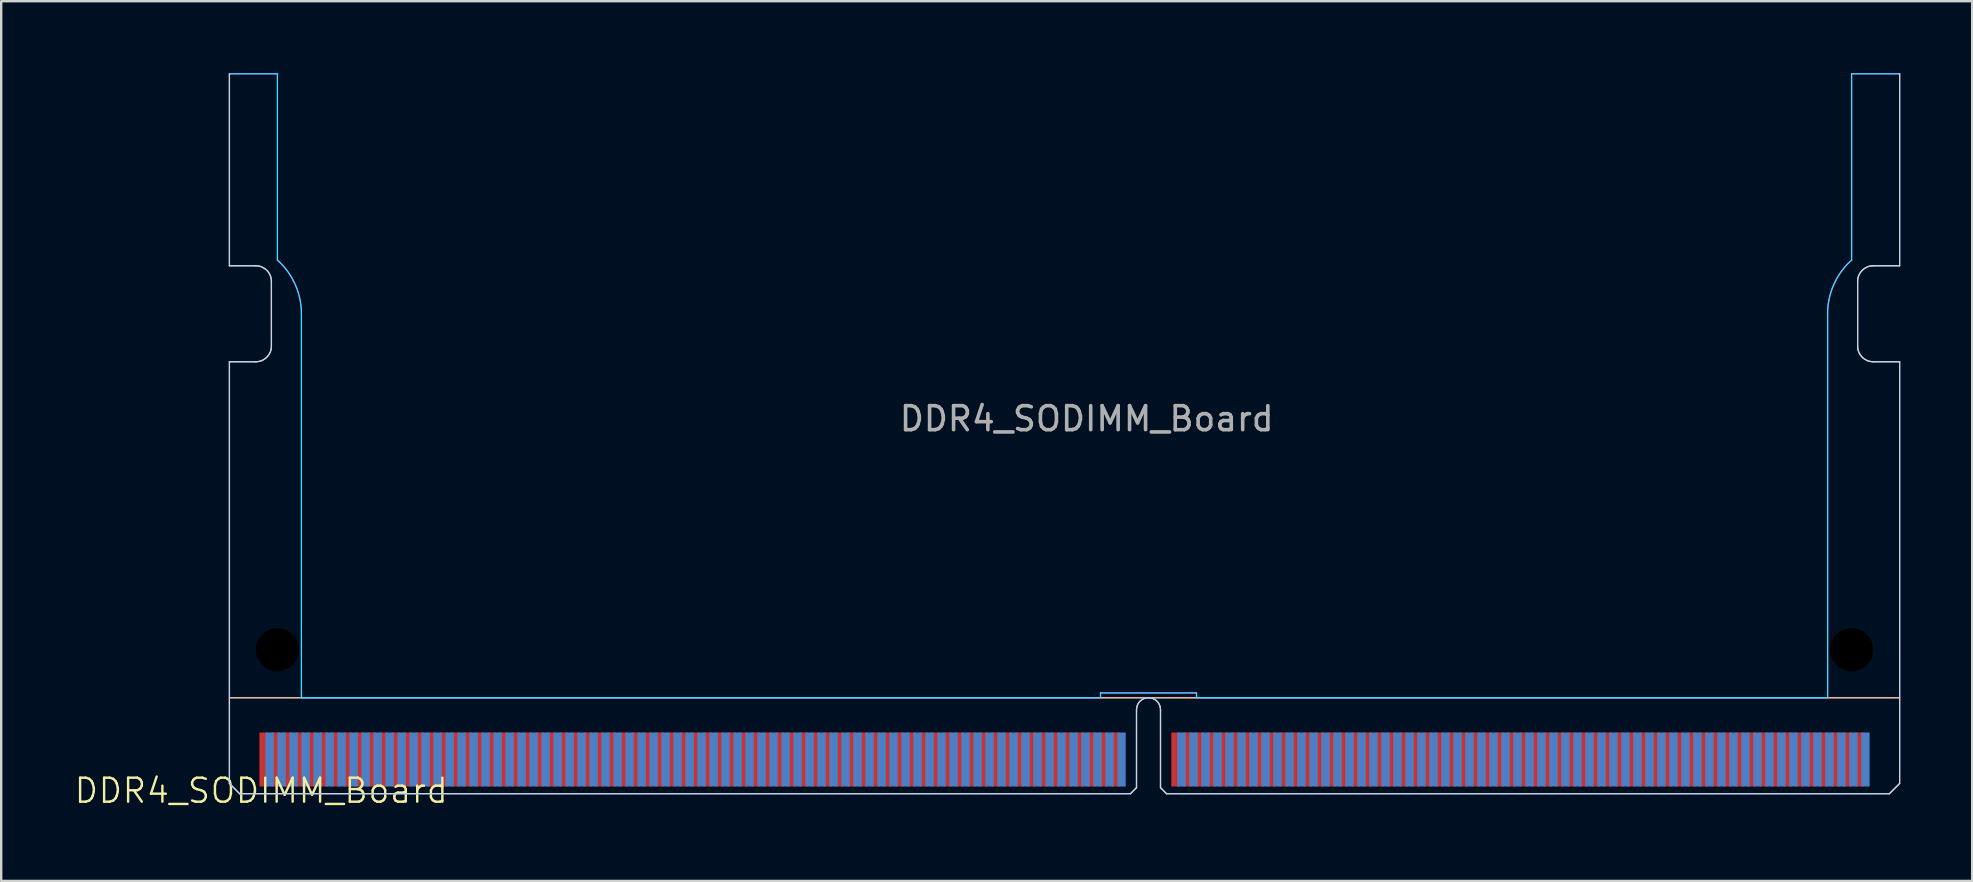
<source format=kicad_pcb>
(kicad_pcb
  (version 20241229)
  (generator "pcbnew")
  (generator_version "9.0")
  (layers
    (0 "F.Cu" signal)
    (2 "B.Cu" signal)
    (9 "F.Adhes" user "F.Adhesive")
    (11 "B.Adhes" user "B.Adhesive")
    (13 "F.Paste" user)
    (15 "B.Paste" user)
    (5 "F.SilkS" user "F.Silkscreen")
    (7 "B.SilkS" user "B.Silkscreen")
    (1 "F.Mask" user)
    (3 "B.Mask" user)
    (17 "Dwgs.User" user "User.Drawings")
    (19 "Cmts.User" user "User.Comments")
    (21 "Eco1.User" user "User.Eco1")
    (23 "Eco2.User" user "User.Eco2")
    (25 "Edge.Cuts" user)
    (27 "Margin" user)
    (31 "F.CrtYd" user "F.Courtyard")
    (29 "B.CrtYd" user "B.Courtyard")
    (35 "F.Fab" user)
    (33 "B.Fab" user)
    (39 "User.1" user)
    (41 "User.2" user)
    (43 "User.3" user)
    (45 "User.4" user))
  (footprint "DDR4_SODIMM_Board"
    (layer "F.Cu")
    (at 7.936 28.6)
    (property "Reference" "DDR4_SODIMM_Board" (at -0.1 1.3 0) (unlocked yes) (layer "F.SilkS") (effects (font (size 1 1) (thickness 0.1))))
    (attr smd)
    (private_layers "User.2" "User.3" "User.4")
    (fp_rect (start -1.425 -1.125) (end 68.175 1.425) (stroke (width 0) (type default)) (fill yes) (layer "F.Mask"))
    (fp_rect (start -1.425 -1.125) (end 68.175 1.425) (stroke (width 0) (type default)) (fill yes) (layer "B.Mask"))
    (fp_line (start -1.425 -2.575) (end 68.175 -2.575) (stroke (width 0.05) (type default)) (layer "F.SilkS"))
    (fp_line (start -1.425 -2.575) (end 68.175 -2.575) (stroke (width 0.05) (type default)) (layer "B.SilkS"))
    (fp_line (start -1.425 -20.575) (end -1.425 -28.575) (stroke (width 0.05) (type default)) (layer "Edge.Cuts"))
    (fp_line (start -1.425 -16.575) (end -0.325 -16.575) (stroke (width 0.05) (type default)) (layer "Edge.Cuts"))
    (fp_line (start -1.425 1.001) (end -1.425 -16.575) (stroke (width 0.05) (type default)) (layer "Edge.Cuts"))
    (fp_line (start -1.425 1.001) (end -1.001 1.425) (stroke (width 0.05) (type default)) (layer "Edge.Cuts"))
    (fp_line (start -1.001 1.425) (end 36.125 1.425) (stroke (width 0.05) (type default)) (layer "Edge.Cuts"))
    (fp_line (start -0.325 -20.575) (end -1.425 -20.575) (stroke (width 0.05) (type default)) (layer "Edge.Cuts"))
    (fp_line (start 0.325 -17.225) (end 0.325 -19.925) (stroke (width 0.05) (type default)) (layer "Edge.Cuts"))
    (fp_line (start 36.125 1.425) (end 36.375 1.175) (stroke (width 0.05) (type default)) (layer "Edge.Cuts"))
    (fp_line (start 36.375 1.175) (end 36.375 -2.075) (stroke (width 0.05) (type default)) (layer "Edge.Cuts"))
    (fp_line (start 37.375 -2.075) (end 37.375 1.175) (stroke (width 0.05) (type default)) (layer "Edge.Cuts"))
    (fp_line (start 37.375 1.175) (end 37.625 1.425) (stroke (width 0.05) (type default)) (layer "Edge.Cuts"))
    (fp_line (start 37.625 1.425) (end 67.751 1.425) (stroke (width 0.05) (type default)) (layer "Edge.Cuts"))
    (fp_line (start 66.425 -17.225) (end 66.425 -19.925) (stroke (width 0.05) (type default)) (layer "Edge.Cuts"))
    (fp_line (start 67.075 -20.575) (end 68.175 -20.575) (stroke (width 0.05) (type default)) (layer "Edge.Cuts"))
    (fp_line (start 68.175 -20.575) (end 68.175 -28.575) (stroke (width 0.05) (type default)) (layer "Edge.Cuts"))
    (fp_line (start 68.175 -16.575) (end 67.075 -16.575) (stroke (width 0.05) (type default)) (layer "Edge.Cuts"))
    (fp_line (start 68.175 1.001) (end 67.751 1.425) (stroke (width 0.05) (type default)) (layer "Edge.Cuts"))
    (fp_line (start 68.175 1.001) (end 68.175 -16.575) (stroke (width 0.05) (type default)) (layer "Edge.Cuts"))
    (fp_arc (start -0.325 -20.575) (mid 0.134619 -20.384619) (end 0.325 -19.925) (stroke (width 0.05) (type default)) (layer "Edge.Cuts"))
    (fp_arc (start 0.325 -17.225) (mid 0.134619 -16.765381) (end -0.325 -16.575) (stroke (width 0.05) (type default)) (layer "Edge.Cuts"))
    (fp_arc (start 36.375 -2.075) (mid 36.875 -2.575) (end 37.375 -2.075) (stroke (width 0.05) (type default)) (layer "Edge.Cuts"))
    (fp_arc (start 66.425 -19.925) (mid 66.615381 -20.384619) (end 67.075 -20.575) (stroke (width 0.05) (type default)) (layer "Edge.Cuts"))
    (fp_arc (start 67.075 -16.575) (mid 66.615381 -16.765381) (end 66.425 -17.225) (stroke (width 0.05) (type default)) (layer "Edge.Cuts"))
    (fp_line (start -1.425 -20.575) (end -1.425 -28.575) (stroke (width 0.05) (type default)) (layer "B.CrtYd"))
    (fp_line (start -1.425 -16.575) (end -0.325 -16.575) (stroke (width 0.05) (type default)) (layer "B.CrtYd"))
    (fp_line (start -1.425 1.001) (end -1.425 -16.575) (stroke (width 0.05) (type default)) (layer "B.CrtYd"))
    (fp_line (start -1.425 1.001) (end -1.001 1.425) (stroke (width 0.05) (type default)) (layer "B.CrtYd"))
    (fp_line (start -1.001 1.425) (end 36.125 1.425) (stroke (width 0.05) (type default)) (layer "B.CrtYd"))
    (fp_line (start -0.325 -20.575) (end -1.425 -20.575) (stroke (width 0.05) (type default)) (layer "B.CrtYd"))
    (fp_line (start 0.325 -17.225) (end 0.325 -19.925) (stroke (width 0.05) (type default)) (layer "B.CrtYd"))
    (fp_line (start 0.575 -28.575) (end -1.425 -28.575) (stroke (width 0.05) (type default)) (layer "B.CrtYd"))
    (fp_line (start 0.575 -20.811) (end 0.575 -28.575) (stroke (width 0.05) (type default)) (layer "B.CrtYd"))
    (fp_line (start 1.575 -2.575) (end 1.575 -18.575) (stroke (width 0.05) (type default)) (layer "B.CrtYd"))
    (fp_line (start 1.575 -2.575) (end 34.875 -2.575) (stroke (width 0.05) (type default)) (layer "B.CrtYd"))
    (fp_line (start 34.875 -2.775) (end 38.875 -2.775) (stroke (width 0.05) (type default)) (layer "B.CrtYd"))
    (fp_line (start 34.875 -2.575) (end 34.875 -2.775) (stroke (width 0.05) (type default)) (layer "B.CrtYd"))
    (fp_line (start 36.125 1.425) (end 36.375 1.175) (stroke (width 0.05) (type default)) (layer "B.CrtYd"))
    (fp_line (start 36.375 1.175) (end 36.375 -2.075) (stroke (width 0.05) (type default)) (layer "B.CrtYd"))
    (fp_line (start 37.375 -2.075) (end 37.375 1.175) (stroke (width 0.05) (type default)) (layer "B.CrtYd"))
    (fp_line (start 37.375 1.175) (end 37.625 1.425) (stroke (width 0.05) (type default)) (layer "B.CrtYd"))
    (fp_line (start 37.625 1.425) (end 67.751 1.425) (stroke (width 0.05) (type default)) (layer "B.CrtYd"))
    (fp_line (start 38.875 -2.775) (end 38.875 -2.575) (stroke (width 0.05) (type default)) (layer "B.CrtYd"))
    (fp_line (start 38.875 -2.575) (end 65.175 -2.575) (stroke (width 0.05) (type default)) (layer "B.CrtYd"))
    (fp_line (start 65.175 -2.575) (end 65.175 -18.575) (stroke (width 0.05) (type default)) (layer "B.CrtYd"))
    (fp_line (start 66.175 -28.575) (end 68.175 -28.575) (stroke (width 0.05) (type default)) (layer "B.CrtYd"))
    (fp_line (start 66.175 -20.811) (end 66.175 -28.575) (stroke (width 0.05) (type default)) (layer "B.CrtYd"))
    (fp_line (start 66.425 -17.225) (end 66.425 -19.925) (stroke (width 0.05) (type default)) (layer "B.CrtYd"))
    (fp_line (start 67.075 -20.575) (end 68.175 -20.575) (stroke (width 0.05) (type default)) (layer "B.CrtYd"))
    (fp_line (start 68.175 -20.575) (end 68.175 -28.575) (stroke (width 0.05) (type default)) (layer "B.CrtYd"))
    (fp_line (start 68.175 -16.575) (end 67.075 -16.575) (stroke (width 0.05) (type default)) (layer "B.CrtYd"))
    (fp_line (start 68.175 1.001) (end 67.751 1.425) (stroke (width 0.05) (type default)) (layer "B.CrtYd"))
    (fp_line (start 68.175 1.001) (end 68.175 -16.575) (stroke (width 0.05) (type default)) (layer "B.CrtYd"))
    (fp_arc (start -0.325 -20.575) (mid 0.134619 -20.384619) (end 0.325 -19.925) (stroke (width 0.05) (type default)) (layer "B.CrtYd"))
    (fp_arc (start 0.325 -17.225) (mid 0.134619 -16.765381) (end -0.325 -16.575) (stroke (width 0.05) (type default)) (layer "B.CrtYd"))
    (fp_arc (start 0.575034 -20.811038) (mid 1.313622 -19.799724) (end 1.575 -18.575) (stroke (width 0.05) (type default)) (layer "B.CrtYd"))
    (fp_arc (start 36.375 -2.075) (mid 36.875 -2.575) (end 37.375 -2.075) (stroke (width 0.05) (type default)) (layer "B.CrtYd"))
    (fp_arc (start 65.175 -18.575) (mid 65.436378 -19.799724) (end 66.174966 -20.811038) (stroke (width 0.05) (type default)) (layer "B.CrtYd"))
    (fp_arc (start 66.425 -19.925) (mid 66.615381 -20.384619) (end 67.075 -20.575) (stroke (width 0.05) (type default)) (layer "B.CrtYd"))
    (fp_arc (start 67.075 -16.575) (mid 66.615381 -16.765381) (end 66.425 -17.225) (stroke (width 0.05) (type default)) (layer "B.CrtYd"))
    (fp_line (start -1.425 -20.575) (end -1.425 -28.575) (stroke (width 0.05) (type default)) (layer "F.CrtYd"))
    (fp_line (start -1.425 -16.575) (end -0.325 -16.575) (stroke (width 0.05) (type default)) (layer "F.CrtYd"))
    (fp_line (start -1.425 1.001) (end -1.425 -16.575) (stroke (width 0.05) (type default)) (layer "F.CrtYd"))
    (fp_line (start -1.425 1.001) (end -1.001 1.425) (stroke (width 0.05) (type default)) (layer "F.CrtYd"))
    (fp_line (start -1.001 1.425) (end 36.125 1.425) (stroke (width 0.05) (type default)) (layer "F.CrtYd"))
    (fp_line (start -0.325 -20.575) (end -1.425 -20.575) (stroke (width 0.05) (type default)) (layer "F.CrtYd"))
    (fp_line (start 0.325 -17.225) (end 0.325 -19.925) (stroke (width 0.05) (type default)) (layer "F.CrtYd"))
    (fp_line (start 0.575 -28.575) (end -1.425 -28.575) (stroke (width 0.05) (type default)) (layer "F.CrtYd"))
    (fp_line (start 0.575 -20.811) (end 0.575 -28.575) (stroke (width 0.05) (type default)) (layer "F.CrtYd"))
    (fp_line (start 1.575 -2.575) (end 1.575 -18.575) (stroke (width 0.05) (type default)) (layer "F.CrtYd"))
    (fp_line (start 1.575 -2.575) (end 34.875 -2.575) (stroke (width 0.05) (type default)) (layer "F.CrtYd"))
    (fp_line (start 34.875 -2.775) (end 38.875 -2.775) (stroke (width 0.05) (type default)) (layer "F.CrtYd"))
    (fp_line (start 34.875 -2.575) (end 34.875 -2.775) (stroke (width 0.05) (type default)) (layer "F.CrtYd"))
    (fp_line (start 36.125 1.425) (end 36.375 1.175) (stroke (width 0.05) (type default)) (layer "F.CrtYd"))
    (fp_line (start 36.375 1.175) (end 36.375 -2.075) (stroke (width 0.05) (type default)) (layer "F.CrtYd"))
    (fp_line (start 37.375 -2.075) (end 37.375 1.175) (stroke (width 0.05) (type default)) (layer "F.CrtYd"))
    (fp_line (start 37.375 1.175) (end 37.625 1.425) (stroke (width 0.05) (type default)) (layer "F.CrtYd"))
    (fp_line (start 37.625 1.425) (end 67.751 1.425) (stroke (width 0.05) (type default)) (layer "F.CrtYd"))
    (fp_line (start 38.875 -2.775) (end 38.875 -2.575) (stroke (width 0.05) (type default)) (layer "F.CrtYd"))
    (fp_line (start 38.875 -2.575) (end 65.175 -2.575) (stroke (width 0.05) (type default)) (layer "F.CrtYd"))
    (fp_line (start 65.175 -2.575) (end 65.175 -18.575) (stroke (width 0.05) (type default)) (layer "F.CrtYd"))
    (fp_line (start 66.175 -28.575) (end 68.175 -28.575) (stroke (width 0.05) (type default)) (layer "F.CrtYd"))
    (fp_line (start 66.175 -20.811) (end 66.175 -28.575) (stroke (width 0.05) (type default)) (layer "F.CrtYd"))
    (fp_line (start 66.425 -17.225) (end 66.425 -19.925) (stroke (width 0.05) (type default)) (layer "F.CrtYd"))
    (fp_line (start 67.075 -20.575) (end 68.175 -20.575) (stroke (width 0.05) (type default)) (layer "F.CrtYd"))
    (fp_line (start 68.175 -20.575) (end 68.175 -28.575) (stroke (width 0.05) (type default)) (layer "F.CrtYd"))
    (fp_line (start 68.175 -16.575) (end 67.075 -16.575) (stroke (width 0.05) (type default)) (layer "F.CrtYd"))
    (fp_line (start 68.175 1.001) (end 67.751 1.425) (stroke (width 0.05) (type default)) (layer "F.CrtYd"))
    (fp_line (start 68.175 1.001) (end 68.175 -16.575) (stroke (width 0.05) (type default)) (layer "F.CrtYd"))
    (fp_arc (start -0.325 -20.575) (mid 0.134619 -20.384619) (end 0.325 -19.925) (stroke (width 0.05) (type default)) (layer "F.CrtYd"))
    (fp_arc (start 0.325 -17.225) (mid 0.134619 -16.765381) (end -0.325 -16.575) (stroke (width 0.05) (type default)) (layer "F.CrtYd"))
    (fp_arc (start 0.575034 -20.811038) (mid 1.313622 -19.799724) (end 1.575 -18.575) (stroke (width 0.05) (type default)) (layer "F.CrtYd"))
    (fp_arc (start 36.375 -2.075) (mid 36.875 -2.575) (end 37.375 -2.075) (stroke (width 0.05) (type default)) (layer "F.CrtYd"))
    (fp_arc (start 65.175 -18.575) (mid 65.436378 -19.799724) (end 66.174966 -20.811038) (stroke (width 0.05) (type default)) (layer "F.CrtYd"))
    (fp_arc (start 66.425 -19.925) (mid 66.615381 -20.384619) (end 67.075 -20.575) (stroke (width 0.05) (type default)) (layer "F.CrtYd"))
    (fp_arc (start 67.075 -16.575) (mid 66.615381 -16.765381) (end 66.425 -17.225) (stroke (width 0.05) (type default)) (layer "F.CrtYd"))
    (fp_text user "${REFERENCE}" (at 34.3 -14.2 0) (unlocked yes) (layer "F.Fab") (effects (font (size 1 1) (thickness 0.15))))
    (dimension (type orthogonal) (layer "User.2") (pts (xy 43.436 28.6) (xy 44.811 26.025)) (height 5.2) (orientation 0) (format (prefix "") (suffix "") (units 3) (units_format 0) (precision 4) (suppress_zeroes yes)) (style (thickness 0.05) (arrow_length 0.2) (text_position_mode 0) (arrow_direction outward) (extension_height 0.586) (extension_offset 0.5) (keep_text_aligned yes)) (gr_text "1.375" (at 44.123 33.44 0) (layer "User.2") (effects (font (size 0.3 0.3) (thickness 0.06) (bold yes)))))
    (dimension (type orthogonal) (layer "User.2") (pts (xy 8.511 23.125) (xy 8.511 24.925)) (height 3.925) (orientation 1) (format (prefix "") (suffix "") (units 3) (units_format 0) (precision 4) (suppress_zeroes yes)) (style (thickness 0.05) (arrow_length 0.2) (text_position_mode 0) (arrow_direction outward) (extension_height 0.586) (extension_offset 0.5) (keep_text_aligned yes)) (gr_text "1.8" (at 12.076 24.025 90) (layer "User.2") (effects (font (size 0.3 0.3) (thickness 0.06) (bold yes)))))
    (dimension (type orthogonal) (layer "User.2") (pts (xy 44.311 26.525) (xy 45.311 26.525)) (height -1.525) (orientation 0) (format (prefix "") (suffix "") (units 3) (units_format 0) (precision 4) (suppress_zeroes yes)) (style (thickness 0.05) (arrow_length 0.2) (text_position_mode 0) (arrow_direction outward) (extension_height 0.586) (extension_offset 0.5) (keep_text_aligned yes)) (gr_text "1" (at 44.811 24.64 0) (layer "User.2") (effects (font (size 0.3 0.3) (thickness 0.06) (bold yes)))))
    (dimension (type orthogonal) (layer "User.2") (pts (xy 76.111 8.025) (xy 76.111 0.025)) (height 3.225) (orientation 1) (format (prefix "") (suffix "") (units 3) (units_format 0) (precision 4) (suppress_zeroes yes)) (style (thickness 0.05) (arrow_length 0.2) (text_position_mode 0) (arrow_direction outward) (extension_height 0.586) (extension_offset 0.5) (keep_text_aligned yes)) (gr_text "8" (at 78.976 4.025 90) (layer "User.2") (effects (font (size 0.3 0.3) (thickness 0.06) (bold yes)))))
    (dimension (type orthogonal) (layer "User.2") (pts (xy 7.936 28.6) (xy 43.436 28.6)) (height 5.2) (orientation 0) (format (prefix "") (suffix "") (units 3) (units_format 0) (precision 4) (suppress_zeroes yes)) (style (thickness 0.05) (arrow_length 0.2) (text_position_mode 0) (arrow_direction outward) (extension_height 0.586) (extension_offset 0.5) (keep_text_aligned yes)) (gr_text "35.5" (at 25.686 33.44 0) (layer "User.2") (effects (font (size 0.3 0.3) (thickness 0.06) (bold yes)))))
    (dimension (type orthogonal) (layer "User.2") (pts (xy 6.511 8.025) (xy 8.261 8.675)) (height -9.025) (orientation 0) (format (prefix "") (suffix "") (units 3) (units_format 0) (precision 4) (suppress_zeroes yes)) (style (thickness 0.05) (arrow_length 0.2) (text_position_mode 0) (arrow_direction outward) (extension_height 0.586) (extension_offset 0.5) (keep_text_aligned yes)) (gr_text "1.75" (at 7.386 -1.36 0) (layer "User.2") (effects (font (size 0.3 0.3) (thickness 0.06) (bold yes)))))
    (dimension (type orthogonal) (layer "User.2") (pts (xy 7.761 29.725) (xy 6.935 30.025)) (height -2.225) (orientation 1) (format (prefix "") (suffix "") (units 3) (units_format 0) (precision 4) (suppress_zeroes yes)) (style (thickness 0.05) (arrow_length 0.2) (text_position_mode 2) (arrow_direction outward) (extension_height 0.586) (extension_offset 0.5) (keep_text_aligned yes)) (gr_text "0.3" (at 4.636 29.875 90) (layer "User.2") (effects (font (size 0.3 0.3) (thickness 0.06) (bold yes)))))
    (dimension (type orthogonal) (layer "User.2") (pts (xy 76.111 8.025) (xy 74.361 8.675)) (height -11.025) (orientation 0) (format (prefix "") (suffix "") (units 3) (units_format 0) (precision 4) (suppress_zeroes yes)) (style (thickness 0.05) (arrow_length 0.2) (text_position_mode 0) (arrow_direction outward) (extension_height 0.586) (extension_offset 0.5) (keep_text_aligned yes)) (gr_text "1.75" (at 75.236 -3.36 0) (layer "User.2") (effects (font (size 0.3 0.3) (thickness 0.06) (bold yes)))))
    (dimension (type orthogonal) (layer "User.2") (pts (xy 8.511 23.125) (xy 6.511 29.601)) (height -2.425) (orientation 0) (format (prefix "") (suffix "") (units 3) (units_format 0) (precision 4) (suppress_zeroes yes)) (style (thickness 0.05) (arrow_length 0.2) (text_position_mode 0) (arrow_direction outward) (extension_height 0.586) (extension_offset 0.5) (keep_text_aligned yes)) (gr_text "2" (at 7.511 20.34 0) (layer "User.2") (effects (font (size 0.3 0.3) (thickness 0.06) (bold yes)))))
    (dimension (type orthogonal) (layer "User.2") (pts (xy 8.186 28.6) (xy 6.511 29.601)) (height -2.2) (orientation 0) (format (prefix "") (suffix "") (units 3) (units_format 0) (precision 4) (suppress_zeroes yes)) (style (thickness 0.05) (arrow_length 0.2) (text_position_mode 0) (arrow_direction outward) (extension_height 0.586) (extension_offset 0.5) (keep_text_aligned yes)) (gr_text "1.675" (at 7.348 26.04 0) (layer "User.2") (effects (font (size 0.3 0.3) (thickness 0.06) (bold yes)))))
    (dimension (type orthogonal) (layer "User.2") (pts (xy 6.511 12.025) (xy 6.511 8.025)) (height -2.875) (orientation 1) (format (prefix "") (suffix "") (units 3) (units_format 0) (precision 4) (suppress_zeroes yes)) (style (thickness 0.05) (arrow_length 0.2) (text_position_mode 0) (arrow_direction outward) (extension_height 0.586) (extension_offset 0.5) (keep_text_aligned yes)) (gr_text "4" (at 3.276 10.025 90) (layer "User.2") (effects (font (size 0.3 0.3) (thickness 0.06) (bold yes)))))
    (dimension (type orthogonal) (layer "User.2") (pts (xy 7.936 28.6) (xy 6.511 29.601)) (height 5.2) (orientation 0) (format (prefix "") (suffix "") (units 3) (units_format 0) (precision 4) (suppress_zeroes yes)) (style (thickness 0.05) (arrow_length 0.2) (text_position_mode 0) (arrow_direction outward) (extension_height 0.586) (extension_offset 0.5) (keep_text_aligned yes)) (gr_text "1.425" (at 7.223 33.44 0) (layer "User.2") (effects (font (size 0.3 0.3) (thickness 0.06) (bold yes)))))
    (dimension (type orthogonal) (layer "User.2") (pts (xy 76.111 12.025) (xy 76.111 8.025)) (height 3.225) (orientation 1) (format (prefix "") (suffix "") (units 3) (units_format 0) (precision 4) (suppress_zeroes yes)) (style (thickness 0.05) (arrow_length 0.2) (text_position_mode 0) (arrow_direction outward) (extension_height 0.586) (extension_offset 0.5) (keep_text_aligned yes)) (gr_text "4" (at 78.976 10.025 90) (layer "User.2") (effects (font (size 0.3 0.3) (thickness 0.06) (bold yes)))))
    (dimension (type orthogonal) (layer "User.2") (pts (xy 74.111 23.125) (xy 76.111 29.601)) (height -3.225) (orientation 0) (format (prefix "") (suffix "") (units 3) (units_format 0) (precision 4) (suppress_zeroes yes)) (style (thickness 0.05) (arrow_length 0.2) (text_position_mode 0) (arrow_direction outward) (extension_height 0.586) (extension_offset 0.5) (keep_text_aligned yes)) (gr_text "2" (at 75.111 19.54 0) (layer "User.2") (effects (font (size 0.3 0.3) (thickness 0.06) (bold yes)))))
    (dimension (type orthogonal) (layer "User.2") (pts (xy 74.686 28.6) (xy 76.111 29.601)) (height -1.9) (orientation 0) (format (prefix "") (suffix "") (units 3) (units_format 0) (precision 4) (suppress_zeroes yes)) (style (thickness 0.05) (arrow_length 0.2) (text_position_mode 0) (arrow_direction outward) (extension_height 0.586) (extension_offset 0.5) (keep_text_aligned yes)) (gr_text "1.425" (at 75.398 26.34 0) (layer "User.2") (effects (font (size 0.3 0.3) (thickness 0.06) (bold yes)))))
    (dimension (type orthogonal) (layer "User.2") (pts (xy 74.111 23.125) (xy 74.111 24.925)) (height -2.675) (orientation 1) (format (prefix "") (suffix "") (units 3) (units_format 0) (precision 4) (suppress_zeroes yes)) (style (thickness 0.05) (arrow_length 0.2) (text_position_mode 0) (arrow_direction outward) (extension_height 0.586) (extension_offset 0.5) (keep_text_aligned yes)) (gr_text "1.8" (at 71.076 24.025 90) (layer "User.2") (effects (font (size 0.3 0.3) (thickness 0.06) (bold yes)))))
    (dimension (type orthogonal) (layer "User.2") (pts (xy 44.811 26.025) (xy 45.936 28.6)) (height 7.775) (orientation 0) (format (prefix "") (suffix "") (units 3) (units_format 0) (precision 4) (suppress_zeroes yes)) (style (thickness 0.05) (arrow_length 0.2) (text_position_mode 0) (arrow_direction outward) (extension_height 0.586) (extension_offset 0.5) (keep_text_aligned yes)) (gr_text "1.125" (at 45.373 33.44 0) (layer "User.2") (effects (font (size 0.3 0.3) (thickness 0.06) (bold yes)))))
    (dimension (type orthogonal) (layer "User.2") (pts (xy 7.936 28.6) (xy 8.436 28.6)) (height 3.6) (orientation 0) (format (prefix "") (suffix "") (units 3) (units_format 0) (precision 4) (suppress_zeroes yes)) (style (thickness 0.05) (arrow_length 0.2) (text_position_mode 2) (arrow_direction outward) (extension_height 0.586) (extension_offset 0.5) (keep_text_aligned yes)) (gr_text "0.5" (at 8.136 33.1 0) (layer "User.2") (effects (font (size 0.3 0.3) (thickness 0.06) (bold yes)))))
    (dimension (type orthogonal) (layer "User.2") (pts (xy 75.687 30.025) (xy 76.111 12.025)) (height 3.649) (orientation 1) (format (prefix "") (suffix "") (units 3) (units_format 0) (precision 4) (suppress_zeroes yes)) (style (thickness 0.05) (arrow_length 0.2) (text_position_mode 0) (arrow_direction outward) (extension_height 0.586) (extension_offset 0.5) (keep_text_aligned yes)) (gr_text "18" (at 78.976 21.025 90) (layer "User.2") (effects (font (size 0.3 0.3) (thickness 0.06) (bold yes)))))
    (dimension (type orthogonal) (layer "User.2") (pts (xy 45.936 28.6) (xy 74.436 28.6)) (height 5.2) (orientation 0) (format (prefix "") (suffix "") (units 3) (units_format 0) (precision 4) (suppress_zeroes yes)) (style (thickness 0.05) (arrow_length 0.2) (text_position_mode 0) (arrow_direction outward) (extension_height 0.586) (extension_offset 0.5) (keep_text_aligned yes)) (gr_text "28.5" (at 60.186 33.44 0) (layer "User.2") (effects (font (size 0.3 0.3) (thickness 0.06) (bold yes)))))
    (dimension (type orthogonal) (layer "User.2") (pts (xy 74.436 28.6) (xy 76.111 29.601)) (height 5.2) (orientation 0) (format (prefix "") (suffix "") (units 3) (units_format 0) (precision 4) (suppress_zeroes yes)) (style (thickness 0.05) (arrow_length 0.2) (text_position_mode 0) (arrow_direction outward) (extension_height 0.586) (extension_offset 0.5) (keep_text_aligned yes)) (gr_text "1.675" (at 75.273 33.44 0) (layer "User.2") (effects (font (size 0.3 0.3) (thickness 0.06) (bold yes)))))
    (dimension (type orthogonal) (layer "User.2") (pts (xy 8.761 29.725) (xy 9.111 29.725)) (height 1.975) (orientation 0) (format (prefix "") (suffix "") (units 3) (units_format 0) (precision 4) (suppress_zeroes yes)) (style (thickness 0.05) (arrow_length 0.2) (text_position_mode 2) (arrow_direction outward) (extension_height 0.586) (extension_offset 0.5) (keep_text_aligned yes)) (gr_text "0.35" (at 8.936 32.6 0) (layer "User.2") (effects (font (size 0.3 0.3) (thickness 0.06) (bold yes)))))
    (dimension (type orthogonal) (layer "User.2") (pts (xy 6.935 30.025) (xy 6.511 12.025)) (height -3.299) (orientation 1) (format (prefix "") (suffix "") (units 3) (units_format 0) (precision 4) (suppress_zeroes yes)) (style (thickness 0.05) (arrow_length 0.2) (text_position_mode 0) (arrow_direction outward) (extension_height 0.586) (extension_offset 0.5) (keep_text_aligned yes)) (gr_text "18" (at 3.276 21.025 90) (layer "User.2") (effects (font (size 0.3 0.3) (thickness 0.06) (bold yes)))))
    (dimension (type orthogonal) (layer "User.2") (pts (xy 6.511 8.025) (xy 6.511 0.025)) (height -2.875) (orientation 1) (format (prefix "") (suffix "") (units 3) (units_format 0) (precision 4) (suppress_zeroes yes)) (style (thickness 0.05) (arrow_length 0.2) (text_position_mode 0) (arrow_direction outward) (extension_height 0.586) (extension_offset 0.5) (keep_text_aligned yes)) (gr_text "8" (at 3.276 4.025 90) (layer "User.2") (effects (font (size 0.3 0.3) (thickness 0.06) (bold yes)))))
    (dimension (type orthogonal) (layer "User.3") (pts (xy 42.811 25.825) (xy 44.061 30.025)) (height -1.875) (orientation 1) (format (prefix "") (suffix "") (units 3) (units_format 0) (precision 4) (suppress_zeroes yes)) (style (thickness 0.05) (arrow_length 0.2) (text_position_mode 0) (arrow_direction outward) (extension_height 0.586) (extension_offset 0.5) (keep_text_aligned yes)) (gr_text "4.2" (at 40.576 27.925 90) (layer "User.3") (effects (font (size 0.3 0.3) (thickness 0.06) (bold yes)))))
    (dimension (type orthogonal) (layer "User.3") (pts (xy 42.811 25.825) (xy 46.811 25.825)) (height -2.525) (orientation 0) (format (prefix "") (suffix "") (units 3) (units_format 0) (precision 4) (suppress_zeroes yes)) (style (thickness 0.05) (arrow_length 0.2) (text_position_mode 0) (arrow_direction outward) (extension_height 0.586) (extension_offset 0.5) (keep_text_aligned yes)) (gr_text "4" (at 44.811 22.94 0) (layer "User.3") (effects (font (size 0.3 0.3) (thickness 0.06) (bold yes)))))
    (dimension (type orthogonal) (layer "User.3") (pts (xy 73.111 26.025) (xy 73.111 10.025)) (height 5.325) (orientation 1) (format (prefix "") (suffix "") (units 3) (units_format 0) (precision 4) (suppress_zeroes yes)) (style (thickness 0.05) (arrow_length 0.2) (text_position_mode 0) (arrow_direction outward) (extension_height 0.586) (extension_offset 0.5) (keep_text_aligned yes)) (gr_text "16" (at 78.076 18.025 90) (layer "User.3") (effects (font (size 0.3 0.3) (thickness 0.06) (bold yes)))))
    (dimension (type orthogonal) (layer "User.3") (pts (xy 9.511 26.025) (xy 9.511 10.025)) (height -5.875) (orientation 1) (format (prefix "") (suffix "") (units 3) (units_format 0) (precision 4) (suppress_zeroes yes)) (style (thickness 0.05) (arrow_length 0.2) (text_position_mode 0) (arrow_direction outward) (extension_height 0.586) (extension_offset 0.5) (keep_text_aligned yes)) (gr_text "16" (at 3.276 18.025 90) (layer "User.3") (effects (font (size 0.3 0.3) (thickness 0.06) (bold yes)))))
    (dimension (type orthogonal) (layer "User.3") (pts (xy 73.111 26.025) (xy 75.611 30.025)) (height 5.325) (orientation 1) (format (prefix "") (suffix "") (units 3) (units_format 0) (precision 4) (suppress_zeroes yes)) (style (thickness 0.05) (arrow_length 0.2) (text_position_mode 0) (arrow_direction outward) (extension_height 0.586) (extension_offset 0.5) (keep_text_aligned yes)) (gr_text "4" (at 78.076 28.025 90) (layer "User.3") (effects (font (size 0.3 0.3) (thickness 0.06) (bold yes)))))
    (dimension (type orthogonal) (layer "User.3") (pts (xy 6.511 0.025) (xy 8.511 0.025)) (height -3.225) (orientation 0) (format (prefix "") (suffix "") (units 3) (units_format 0) (precision 4) (suppress_zeroes yes)) (style (thickness 0.05) (arrow_length 0.2) (text_position_mode 0) (arrow_direction outward) (extension_height 0.586) (extension_offset 0.5) (keep_text_aligned yes)) (gr_text "2" (at 7.511 -3.56 0) (layer "User.3") (effects (font (size 0.3 0.3) (thickness 0.06) (bold yes)))))
    (dimension (type orthogonal) (layer "User.3") (pts (xy 9.511 26.025) (xy 6.935 30.025)) (height -5.875) (orientation 1) (format (prefix "") (suffix "") (units 3) (units_format 0) (precision 4) (suppress_zeroes yes)) (style (thickness 0.05) (arrow_length 0.2) (text_position_mode 0) (arrow_direction outward) (extension_height 0.586) (extension_offset 0.5) (keep_text_aligned yes)) (gr_text "4" (at 3.276 28.025 90) (layer "User.3") (effects (font (size 0.3 0.3) (thickness 0.06) (bold yes)))))
    (dimension (type orthogonal) (layer "User.3") (pts (xy 74.111 0.025) (xy 76.111 0.025)) (height -2.425) (orientation 0) (format (prefix "") (suffix "") (units 3) (units_format 0) (precision 4) (suppress_zeroes yes)) (style (thickness 0.05) (arrow_length 0.2) (text_position_mode 0) (arrow_direction outward) (extension_height 0.586) (extension_offset 0.5) (keep_text_aligned yes)) (gr_text "2" (at 75.111 -2.76 0) (layer "User.3") (effects (font (size 0.3 0.3) (thickness 0.06) (bold yes)))))
    (dimension (type orthogonal) (layer "User.4") (pts (xy 74.111 12.025) (xy 74.111 12.525)) (height -1.375) (orientation 1) (format (prefix "") (suffix "") (units 3) (units_format 0) (precision 4) (suppress_zeroes yes)) (style (thickness 0.05) (arrow_length 0.2) (text_position_mode 2) (arrow_direction outward) (extension_height 0.586) (extension_offset 0.5) (keep_text_aligned yes)) (gr_text "0.5" (at 71.936 12.5 90) (layer "User.4") (effects (font (size 0.3 0.3) (thickness 0.06) (bold yes)))))
    (dimension (type orthogonal) (layer "User.4") (pts (xy 7.011 30.025) (xy 6.511 30.025)) (height 1.175) (orientation 0) (format (prefix "") (suffix "") (units 3) (units_format 0) (precision 4) (suppress_zeroes yes)) (style (thickness 0.05) (arrow_length 0.2) (text_position_mode 2) (arrow_direction outward) (extension_height 0.586) (extension_offset 0.5) (keep_text_aligned yes)) (gr_text "0.5" (at 6.936 32 0) (layer "User.4") (effects (font (size 0.3 0.3) (thickness 0.06) (bold yes)))))
    (dimension (type orthogonal) (layer "User.4") (pts (xy 76.111 12.025) (xy 74.111 12.025)) (height -2.125) (orientation 0) (format (prefix "") (suffix "") (units 3) (units_format 0) (precision 4) (suppress_zeroes yes)) (style (thickness 0.05) (arrow_length 0.2) (text_position_mode 0) (arrow_direction outward) (extension_height 0.586) (extension_offset 0.5) (keep_text_aligned yes)) (gr_text "2" (at 75.111 9.54 0) (layer "User.4") (effects (font (size 0.3 0.3) (thickness 0.06) (bold yes)))))
    (dimension (type orthogonal) (layer "User.4") (pts (xy 76.111 30.025) (xy 75.111 30.025)) (height 3.275) (orientation 0) (format (prefix "") (suffix "") (units 3) (units_format 0) (precision 4) (suppress_zeroes yes)) (style (thickness 0.05) (arrow_length 0.2) (text_position_mode 0) (arrow_direction outward) (extension_height 0.586) (extension_offset 0.5) (keep_text_aligned yes)) (gr_text "1" (at 75.611 32.94 0) (layer "User.4") (effects (font (size 0.3 0.3) (thickness 0.06) (bold yes)))))
    (dimension (type orthogonal) (layer "User.4") (pts (xy 75.111 16.025) (xy 74.111 16.025)) (height 1.575) (orientation 0) (format (prefix "") (suffix "") (units 3) (units_format 0) (precision 4) (suppress_zeroes yes)) (style (thickness 0.05) (arrow_length 0.2) (text_position_mode 0) (arrow_direction outward) (extension_height 0.586) (extension_offset 0.5) (keep_text_aligned yes)) (gr_text "1" (at 74.611 17.24 0) (layer "User.4") (effects (font (size 0.3 0.3) (thickness 0.06) (bold yes)))))
    (dimension (type orthogonal) (layer "User.4") (pts (xy 6.511 30.025) (xy 7.511 30.025)) (height 3.175) (orientation 0) (format (prefix "") (suffix "") (units 3) (units_format 0) (precision 4) (suppress_zeroes yes)) (style (thickness 0.05) (arrow_length 0.2) (text_position_mode 0) (arrow_direction outward) (extension_height 0.586) (extension_offset 0.5) (keep_text_aligned yes)) (gr_text "1" (at 7.011 32.84 0) (layer "User.4") (effects (font (size 0.3 0.3) (thickness 0.06) (bold yes)))))
    (dimension (type orthogonal) (layer "User.4") (pts (xy 8.511 12.025) (xy 6.511 12.025)) (height -2.725) (orientation 0) (format (prefix "") (suffix "") (units 3) (units_format 0) (precision 4) (suppress_zeroes yes)) (style (thickness 0.05) (arrow_length 0.2) (text_position_mode 0) (arrow_direction outward) (extension_height 0.586) (extension_offset 0.5) (keep_text_aligned yes)) (gr_text "2" (at 7.511 8.94 0) (layer "User.4") (effects (font (size 0.3 0.3) (thickness 0.06) (bold yes)))))
    (dimension (type orthogonal) (layer "User.4") (pts (xy 74.111 12.025) (xy 74.111 16.025)) (height -2.975) (orientation 1) (format (prefix "") (suffix "") (units 3) (units_format 0) (precision 4) (suppress_zeroes yes)) (style (thickness 0.05) (arrow_length 0.2) (text_position_mode 0) (arrow_direction outward) (extension_height 0.586) (extension_offset 0.5) (keep_text_aligned yes)) (gr_text "4" (at 70.776 14.025 90) (layer "User.4") (effects (font (size 0.3 0.3) (thickness 0.06) (bold yes)))))
    (dimension (type orthogonal) (layer "User.4") (pts (xy 75.611 12.525) (xy 76.111 12.025)) (height -1.325) (orientation 0) (format (prefix "") (suffix "") (units 3) (units_format 0) (precision 4) (suppress_zeroes yes)) (style (thickness 0.05) (arrow_length 0.2) (text_position_mode 2) (arrow_direction outward) (extension_height 0.586) (extension_offset 0.5) (keep_text_aligned yes)) (gr_text "0.5" (at 75.736 10.4 0) (layer "User.4") (effects (font (size 0.3 0.3) (thickness 0.06) (bold yes)))))
    (dimension (type orthogonal) (layer "User.4") (pts (xy 8.511 12.025) (xy 8.511 16.025)) (height 2.925) (orientation 1) (format (prefix "") (suffix "") (units 3) (units_format 0) (precision 4) (suppress_zeroes yes)) (style (thickness 0.05) (arrow_length 0.2) (text_position_mode 0) (arrow_direction outward) (extension_height 0.586) (extension_offset 0.5) (keep_text_aligned yes)) (gr_text "4" (at 11.076 14.025 90) (layer "User.4") (effects (font (size 0.3 0.3) (thickness 0.06) (bold yes)))))
    (dimension (type orthogonal) (layer "User.4") (pts (xy 75.611 30.025) (xy 76.111 30.025)) (height 1.375) (orientation 0) (format (prefix "") (suffix "") (units 3) (units_format 0) (precision 4) (suppress_zeroes yes)) (style (thickness 0.05) (arrow_length 0.2) (text_position_mode 2) (arrow_direction outward) (extension_height 0.586) (extension_offset 0.5) (keep_text_aligned yes)) (gr_text "0.5" (at 75.736 32.3 0) (layer "User.4") (effects (font (size 0.3 0.3) (thickness 0.06) (bold yes)))))
    (dimension (type orthogonal) (layer "User.4") (pts (xy 7.011 12.525) (xy 6.511 12.025)) (height -1.625) (orientation 0) (format (prefix "") (suffix "") (units 3) (units_format 0) (precision 4) (suppress_zeroes yes)) (style (thickness 0.05) (arrow_length 0.2) (text_position_mode 2) (arrow_direction outward) (extension_height 0.586) (extension_offset 0.5) (keep_text_aligned yes)) (gr_text "0.5" (at 6.836 10.1 0) (layer "User.4") (effects (font (size 0.3 0.3) (thickness 0.06) (bold yes)))))
    (dimension (type orthogonal) (layer "User.4") (pts (xy 7.511 16.025) (xy 8.511 16.025)) (height 2.875) (orientation 0) (format (prefix "") (suffix "") (units 3) (units_format 0) (precision 4) (suppress_zeroes yes)) (style (thickness 0.1) (arrow_length 0.2) (text_position_mode 0) (arrow_direction outward) (extension_height 0.586) (extension_offset 0.5) (keep_text_aligned yes)) (gr_text "1" (at 8.011 17.75 0) (layer "User.4") (effects (font (size 1 1) (thickness 0.15)))))
    (dimension (type orthogonal) (layer "User.4") (pts (xy 8.511 12.525) (xy 8.511 12.025)) (height 1.325) (orientation 1) (format (prefix "") (suffix "") (units 3) (units_format 0) (precision 4) (suppress_zeroes yes)) (style (thickness 0.05) (arrow_length 0.2) (text_position_mode 2) (arrow_direction outward) (extension_height 0.586) (extension_offset 0.5) (keep_text_aligned yes)) (gr_text "0.5" (at 10.736 12.4 90) (layer "User.4") (effects (font (size 0.3 0.3) (thickness 0.06) (bold yes)))))
    (pad "" np_thru_hole circle (at 0.575 -4.575) (size 1.8 1.8) (drill 1.8) (layers "*.Mask"))
    (pad "" np_thru_hole circle (at 66.175 -4.575) (size 1.8 1.8) (drill 1.8) (layers "*.Mask"))
    (pad "1" smd rect (at 0 0) (size 0.35 2.25) (layers "F.Cu" "F.Mask"))
    (pad "2" smd rect (at 0.25 0) (size 0.35 2.25) (layers "B.Cu" "B.Mask"))
    (pad "3" smd rect (at 0.5 0) (size 0.35 2.25) (layers "F.Cu" "F.Mask"))
    (pad "4" smd rect (at 0.75 0) (size 0.35 2.25) (layers "B.Cu" "B.Mask"))
    (pad "5" smd rect (at 1 0) (size 0.35 2.25) (layers "F.Cu" "F.Mask"))
    (pad "6" smd rect (at 1.25 0) (size 0.35 2.25) (layers "B.Cu" "B.Mask"))
    (pad "7" smd rect (at 1.5 0) (size 0.35 2.25) (layers "F.Cu" "F.Mask"))
    (pad "8" smd rect (at 1.75 0) (size 0.35 2.25) (layers "B.Cu" "B.Mask"))
    (pad "9" smd rect (at 2 0) (size 0.35 2.25) (layers "F.Cu" "F.Mask"))
    (pad "10" smd rect (at 2.25 0) (size 0.35 2.25) (layers "B.Cu" "B.Mask"))
    (pad "11" smd rect (at 2.5 0) (size 0.35 2.25) (layers "F.Cu" "F.Mask"))
    (pad "12" smd rect (at 2.75 0) (size 0.35 2.25) (layers "B.Cu" "B.Mask"))
    (pad "13" smd rect (at 3 0) (size 0.35 2.25) (layers "F.Cu" "F.Mask"))
    (pad "14" smd rect (at 3.25 0) (size 0.35 2.25) (layers "B.Cu" "B.Mask"))
    (pad "15" smd rect (at 3.5 0) (size 0.35 2.25) (layers "F.Cu" "F.Mask"))
    (pad "16" smd rect (at 3.75 0) (size 0.35 2.25) (layers "B.Cu" "B.Mask"))
    (pad "17" smd rect (at 4 0) (size 0.35 2.25) (layers "F.Cu" "F.Mask"))
    (pad "18" smd rect (at 4.25 0) (size 0.35 2.25) (layers "B.Cu" "B.Mask"))
    (pad "19" smd rect (at 4.5 0) (size 0.35 2.25) (layers "F.Cu" "F.Mask"))
    (pad "20" smd rect (at 4.75 0) (size 0.35 2.25) (layers "B.Cu" "B.Mask"))
    (pad "21" smd rect (at 5 0) (size 0.35 2.25) (layers "F.Cu" "F.Mask"))
    (pad "22" smd rect (at 5.25 0) (size 0.35 2.25) (layers "B.Cu" "B.Mask"))
    (pad "23" smd rect (at 5.5 0) (size 0.35 2.25) (layers "F.Cu" "F.Mask"))
    (pad "24" smd rect (at 5.75 0) (size 0.35 2.25) (layers "B.Cu" "B.Mask"))
    (pad "25" smd rect (at 6 0) (size 0.35 2.25) (layers "F.Cu" "F.Mask"))
    (pad "26" smd rect (at 6.25 0) (size 0.35 2.25) (layers "B.Cu" "B.Mask"))
    (pad "27" smd rect (at 6.5 0) (size 0.35 2.25) (layers "F.Cu" "F.Mask"))
    (pad "28" smd rect (at 6.75 0) (size 0.35 2.25) (layers "B.Cu" "B.Mask"))
    (pad "29" smd rect (at 7 0) (size 0.35 2.25) (layers "F.Cu" "F.Mask"))
    (pad "30" smd rect (at 7.25 0) (size 0.35 2.25) (layers "B.Cu" "B.Mask"))
    (pad "31" smd rect (at 7.5 0) (size 0.35 2.25) (layers "F.Cu" "F.Mask"))
    (pad "32" smd rect (at 7.75 0) (size 0.35 2.25) (layers "B.Cu" "B.Mask"))
    (pad "33" smd rect (at 8 0) (size 0.35 2.25) (layers "F.Cu" "F.Mask"))
    (pad "34" smd rect (at 8.25 0) (size 0.35 2.25) (layers "B.Cu" "B.Mask"))
    (pad "35" smd rect (at 8.5 0) (size 0.35 2.25) (layers "F.Cu" "F.Mask"))
    (pad "36" smd rect (at 8.75 0) (size 0.35 2.25) (layers "B.Cu" "B.Mask"))
    (pad "37" smd rect (at 9 0) (size 0.35 2.25) (layers "F.Cu" "F.Mask"))
    (pad "38" smd rect (at 9.25 0) (size 0.35 2.25) (layers "B.Cu" "B.Mask"))
    (pad "39" smd rect (at 9.5 0) (size 0.35 2.25) (layers "F.Cu" "F.Mask"))
    (pad "40" smd rect (at 9.75 0) (size 0.35 2.25) (layers "B.Cu" "B.Mask"))
    (pad "41" smd rect (at 10 0) (size 0.35 2.25) (layers "F.Cu" "F.Mask"))
    (pad "42" smd rect (at 10.25 0) (size 0.35 2.25) (layers "B.Cu" "B.Mask"))
    (pad "43" smd rect (at 10.5 0) (size 0.35 2.25) (layers "F.Cu" "F.Mask"))
    (pad "44" smd rect (at 10.75 0) (size 0.35 2.25) (layers "B.Cu" "B.Mask"))
    (pad "45" smd rect (at 11 0) (size 0.35 2.25) (layers "F.Cu" "F.Mask"))
    (pad "46" smd rect (at 11.25 0) (size 0.35 2.25) (layers "B.Cu" "B.Mask"))
    (pad "47" smd rect (at 11.5 0) (size 0.35 2.25) (layers "F.Cu" "F.Mask"))
    (pad "48" smd rect (at 11.75 0) (size 0.35 2.25) (layers "B.Cu" "B.Mask"))
    (pad "49" smd rect (at 12 0) (size 0.35 2.25) (layers "F.Cu" "F.Mask"))
    (pad "50" smd rect (at 12.25 0) (size 0.35 2.25) (layers "B.Cu" "B.Mask"))
    (pad "51" smd rect (at 12.5 0) (size 0.35 2.25) (layers "F.Cu" "F.Mask"))
    (pad "52" smd rect (at 12.75 0) (size 0.35 2.25) (layers "B.Cu" "B.Mask"))
    (pad "53" smd rect (at 13 0) (size 0.35 2.25) (layers "F.Cu" "F.Mask"))
    (pad "54" smd rect (at 13.25 0) (size 0.35 2.25) (layers "B.Cu" "B.Mask"))
    (pad "55" smd rect (at 13.5 0) (size 0.35 2.25) (layers "F.Cu" "F.Mask"))
    (pad "56" smd rect (at 13.75 0) (size 0.35 2.25) (layers "B.Cu" "B.Mask"))
    (pad "57" smd rect (at 14 0) (size 0.35 2.25) (layers "F.Cu" "F.Mask"))
    (pad "58" smd rect (at 14.25 0) (size 0.35 2.25) (layers "B.Cu" "B.Mask"))
    (pad "59" smd rect (at 14.5 0) (size 0.35 2.25) (layers "F.Cu" "F.Mask"))
    (pad "60" smd rect (at 14.75 0) (size 0.35 2.25) (layers "B.Cu" "B.Mask"))
    (pad "61" smd rect (at 15 0) (size 0.35 2.25) (layers "F.Cu" "F.Mask"))
    (pad "62" smd rect (at 15.25 0) (size 0.35 2.25) (layers "B.Cu" "B.Mask"))
    (pad "63" smd rect (at 15.5 0) (size 0.35 2.25) (layers "F.Cu" "F.Mask"))
    (pad "64" smd rect (at 15.75 0) (size 0.35 2.25) (layers "B.Cu" "B.Mask"))
    (pad "65" smd rect (at 16 0) (size 0.35 2.25) (layers "F.Cu" "F.Mask"))
    (pad "66" smd rect (at 16.25 0) (size 0.35 2.25) (layers "B.Cu" "B.Mask"))
    (pad "67" smd rect (at 16.5 0) (size 0.35 2.25) (layers "F.Cu" "F.Mask"))
    (pad "68" smd rect (at 16.75 0) (size 0.35 2.25) (layers "B.Cu" "B.Mask"))
    (pad "69" smd rect (at 17 0) (size 0.35 2.25) (layers "F.Cu" "F.Mask"))
    (pad "70" smd rect (at 17.25 0) (size 0.35 2.25) (layers "B.Cu" "B.Mask"))
    (pad "71" smd rect (at 17.5 0) (size 0.35 2.25) (layers "F.Cu" "F.Mask"))
    (pad "72" smd rect (at 17.75 0) (size 0.35 2.25) (layers "B.Cu" "B.Mask"))
    (pad "73" smd rect (at 18 0) (size 0.35 2.25) (layers "F.Cu" "F.Mask"))
    (pad "74" smd rect (at 18.25 0) (size 0.35 2.25) (layers "B.Cu" "B.Mask"))
    (pad "75" smd rect (at 18.5 0) (size 0.35 2.25) (layers "F.Cu" "F.Mask"))
    (pad "76" smd rect (at 18.75 0) (size 0.35 2.25) (layers "B.Cu" "B.Mask"))
    (pad "77" smd rect (at 19 0) (size 0.35 2.25) (layers "F.Cu" "F.Mask"))
    (pad "78" smd rect (at 19.25 0) (size 0.35 2.25) (layers "B.Cu" "B.Mask"))
    (pad "79" smd rect (at 19.5 0) (size 0.35 2.25) (layers "F.Cu" "F.Mask"))
    (pad "80" smd rect (at 19.75 0) (size 0.35 2.25) (layers "B.Cu" "B.Mask"))
    (pad "81" smd rect (at 20 0) (size 0.35 2.25) (layers "F.Cu" "F.Mask"))
    (pad "82" smd rect (at 20.25 0) (size 0.35 2.25) (layers "B.Cu" "B.Mask"))
    (pad "83" smd rect (at 20.5 0) (size 0.35 2.25) (layers "F.Cu" "F.Mask"))
    (pad "84" smd rect (at 20.75 0) (size 0.35 2.25) (layers "B.Cu" "B.Mask"))
    (pad "85" smd rect (at 21 0) (size 0.35 2.25) (layers "F.Cu" "F.Mask"))
    (pad "86" smd rect (at 21.25 0) (size 0.35 2.25) (layers "B.Cu" "B.Mask"))
    (pad "87" smd rect (at 21.5 0) (size 0.35 2.25) (layers "F.Cu" "F.Mask"))
    (pad "88" smd rect (at 21.75 0) (size 0.35 2.25) (layers "B.Cu" "B.Mask"))
    (pad "89" smd rect (at 22 0) (size 0.35 2.25) (layers "F.Cu" "F.Mask"))
    (pad "90" smd rect (at 22.25 0) (size 0.35 2.25) (layers "B.Cu" "B.Mask"))
    (pad "91" smd rect (at 22.5 0) (size 0.35 2.25) (layers "F.Cu" "F.Mask"))
    (pad "92" smd rect (at 22.75 0) (size 0.35 2.25) (layers "B.Cu" "B.Mask"))
    (pad "93" smd rect (at 23 0) (size 0.35 2.25) (layers "F.Cu" "F.Mask"))
    (pad "94" smd rect (at 23.25 0) (size 0.35 2.25) (layers "B.Cu" "B.Mask"))
    (pad "95" smd rect (at 23.5 0) (size 0.35 2.25) (layers "F.Cu" "F.Mask"))
    (pad "96" smd rect (at 23.75 0) (size 0.35 2.25) (layers "B.Cu" "B.Mask"))
    (pad "97" smd rect (at 24 0) (size 0.35 2.25) (layers "F.Cu" "F.Mask"))
    (pad "98" smd rect (at 24.25 0) (size 0.35 2.25) (layers "B.Cu" "B.Mask"))
    (pad "99" smd rect (at 24.5 0) (size 0.35 2.25) (layers "F.Cu" "F.Mask"))
    (pad "100" smd rect (at 24.75 0) (size 0.35 2.25) (layers "B.Cu" "B.Mask"))
    (pad "101" smd rect (at 25 0) (size 0.35 2.25) (layers "F.Cu" "F.Mask"))
    (pad "102" smd rect (at 25.25 0) (size 0.35 2.25) (layers "B.Cu" "B.Mask"))
    (pad "103" smd rect (at 25.5 0) (size 0.35 2.25) (layers "F.Cu" "F.Mask"))
    (pad "104" smd rect (at 25.75 0) (size 0.35 2.25) (layers "B.Cu" "B.Mask"))
    (pad "105" smd rect (at 26 0) (size 0.35 2.25) (layers "F.Cu" "F.Mask"))
    (pad "106" smd rect (at 26.25 0) (size 0.35 2.25) (layers "B.Cu" "B.Mask"))
    (pad "107" smd rect (at 26.5 0) (size 0.35 2.25) (layers "F.Cu" "F.Mask"))
    (pad "108" smd rect (at 26.75 0) (size 0.35 2.25) (layers "B.Cu" "B.Mask"))
    (pad "109" smd rect (at 27 0) (size 0.35 2.25) (layers "F.Cu" "F.Mask"))
    (pad "110" smd rect (at 27.25 0) (size 0.35 2.25) (layers "B.Cu" "B.Mask"))
    (pad "111" smd rect (at 27.5 0) (size 0.35 2.25) (layers "F.Cu" "F.Mask"))
    (pad "112" smd rect (at 27.75 0) (size 0.35 2.25) (layers "B.Cu" "B.Mask"))
    (pad "113" smd rect (at 28 0) (size 0.35 2.25) (layers "F.Cu" "F.Mask"))
    (pad "114" smd rect (at 28.25 0) (size 0.35 2.25) (layers "B.Cu" "B.Mask"))
    (pad "115" smd rect (at 28.5 0) (size 0.35 2.25) (layers "F.Cu" "F.Mask"))
    (pad "116" smd rect (at 28.75 0) (size 0.35 2.25) (layers "B.Cu" "B.Mask"))
    (pad "117" smd rect (at 29 0) (size 0.35 2.25) (layers "F.Cu" "F.Mask"))
    (pad "118" smd rect (at 29.25 0) (size 0.35 2.25) (layers "B.Cu" "B.Mask"))
    (pad "119" smd rect (at 29.5 0) (size 0.35 2.25) (layers "F.Cu" "F.Mask"))
    (pad "120" smd rect (at 29.75 0) (size 0.35 2.25) (layers "B.Cu" "B.Mask"))
    (pad "121" smd rect (at 30 0) (size 0.35 2.25) (layers "F.Cu" "F.Mask"))
    (pad "122" smd rect (at 30.25 0) (size 0.35 2.25) (layers "B.Cu" "B.Mask"))
    (pad "123" smd rect (at 30.5 0) (size 0.35 2.25) (layers "F.Cu" "F.Mask"))
    (pad "124" smd rect (at 30.75 0) (size 0.35 2.25) (layers "B.Cu" "B.Mask"))
    (pad "125" smd rect (at 31 0) (size 0.35 2.25) (layers "F.Cu" "F.Mask"))
    (pad "126" smd rect (at 31.25 0) (size 0.35 2.25) (layers "B.Cu" "B.Mask"))
    (pad "127" smd rect (at 31.5 0) (size 0.35 2.25) (layers "F.Cu" "F.Mask"))
    (pad "128" smd rect (at 31.75 0) (size 0.35 2.25) (layers "B.Cu" "B.Mask"))
    (pad "129" smd rect (at 32 0) (size 0.35 2.25) (layers "F.Cu" "F.Mask"))
    (pad "130" smd rect (at 32.25 0) (size 0.35 2.25) (layers "B.Cu" "B.Mask"))
    (pad "131" smd rect (at 32.5 0) (size 0.35 2.25) (layers "F.Cu" "F.Mask"))
    (pad "132" smd rect (at 32.75 0) (size 0.35 2.25) (layers "B.Cu" "B.Mask"))
    (pad "133" smd rect (at 33 0) (size 0.35 2.25) (layers "F.Cu" "F.Mask"))
    (pad "134" smd rect (at 33.25 0) (size 0.35 2.25) (layers "B.Cu" "B.Mask"))
    (pad "135" smd rect (at 33.5 0) (size 0.35 2.25) (layers "F.Cu" "F.Mask"))
    (pad "136" smd rect (at 33.75 0) (size 0.35 2.25) (layers "B.Cu" "B.Mask"))
    (pad "137" smd rect (at 34 0) (size 0.35 2.25) (layers "F.Cu" "F.Mask"))
    (pad "138" smd rect (at 34.25 0) (size 0.35 2.25) (layers "B.Cu" "B.Mask"))
    (pad "139" smd rect (at 34.5 0) (size 0.35 2.25) (layers "F.Cu" "F.Mask"))
    (pad "140" smd rect (at 34.75 0) (size 0.35 2.25) (layers "B.Cu" "B.Mask"))
    (pad "141" smd rect (at 35 0) (size 0.35 2.25) (layers "F.Cu" "F.Mask"))
    (pad "142" smd rect (at 35.25 0) (size 0.35 2.25) (layers "B.Cu" "B.Mask"))
    (pad "143" smd rect (at 35.5 0) (size 0.35 2.25) (layers "F.Cu" "F.Mask"))
    (pad "144" smd rect (at 35.75 0) (size 0.35 2.25) (layers "B.Cu" "B.Mask"))
    (pad "145" smd rect (at 38 0) (size 0.35 2.25) (layers "F.Cu" "F.Mask"))
    (pad "146" smd rect (at 38.25 0) (size 0.35 2.25) (layers "B.Cu" "B.Mask"))
    (pad "147" smd rect (at 38.5 0) (size 0.35 2.25) (layers "F.Cu" "F.Mask"))
    (pad "148" smd rect (at 38.75 0) (size 0.35 2.25) (layers "B.Cu" "B.Mask"))
    (pad "149" smd rect (at 39 0) (size 0.35 2.25) (layers "F.Cu" "F.Mask"))
    (pad "150" smd rect (at 39.25 0) (size 0.35 2.25) (layers "B.Cu" "B.Mask"))
    (pad "151" smd rect (at 39.5 0) (size 0.35 2.25) (layers "F.Cu" "F.Mask"))
    (pad "152" smd rect (at 39.75 0) (size 0.35 2.25) (layers "B.Cu" "B.Mask"))
    (pad "153" smd rect (at 40 0) (size 0.35 2.25) (layers "F.Cu" "F.Mask"))
    (pad "154" smd rect (at 40.25 0) (size 0.35 2.25) (layers "B.Cu" "B.Mask"))
    (pad "155" smd rect (at 40.5 0) (size 0.35 2.25) (layers "F.Cu" "F.Mask"))
    (pad "156" smd rect (at 40.75 0) (size 0.35 2.25) (layers "B.Cu" "B.Mask"))
    (pad "157" smd rect (at 41 0) (size 0.35 2.25) (layers "F.Cu" "F.Mask"))
    (pad "158" smd rect (at 41.25 0) (size 0.35 2.25) (layers "B.Cu" "B.Mask"))
    (pad "159" smd rect (at 41.5 0) (size 0.35 2.25) (layers "F.Cu" "F.Mask"))
    (pad "160" smd rect (at 41.75 0) (size 0.35 2.25) (layers "B.Cu" "B.Mask"))
    (pad "161" smd rect (at 42 0) (size 0.35 2.25) (layers "F.Cu" "F.Mask"))
    (pad "162" smd rect (at 42.25 0) (size 0.35 2.25) (layers "B.Cu" "B.Mask"))
    (pad "163" smd rect (at 42.5 0) (size 0.35 2.25) (layers "F.Cu" "F.Mask"))
    (pad "164" smd rect (at 42.75 0) (size 0.35 2.25) (layers "B.Cu" "B.Mask"))
    (pad "165" smd rect (at 43 0) (size 0.35 2.25) (layers "F.Cu" "F.Mask"))
    (pad "166" smd rect (at 43.25 0) (size 0.35 2.25) (layers "B.Cu" "B.Mask"))
    (pad "167" smd rect (at 43.5 0) (size 0.35 2.25) (layers "F.Cu" "F.Mask"))
    (pad "168" smd rect (at 43.75 0) (size 0.35 2.25) (layers "B.Cu" "B.Mask"))
    (pad "169" smd rect (at 44 0) (size 0.35 2.25) (layers "F.Cu" "F.Mask"))
    (pad "170" smd rect (at 44.25 0) (size 0.35 2.25) (layers "B.Cu" "B.Mask"))
    (pad "171" smd rect (at 44.5 0) (size 0.35 2.25) (layers "F.Cu" "F.Mask"))
    (pad "172" smd rect (at 44.75 0) (size 0.35 2.25) (layers "B.Cu" "B.Mask"))
    (pad "173" smd rect (at 45 0) (size 0.35 2.25) (layers "F.Cu" "F.Mask"))
    (pad "174" smd rect (at 45.25 0) (size 0.35 2.25) (layers "B.Cu" "B.Mask"))
    (pad "175" smd rect (at 45.5 0) (size 0.35 2.25) (layers "F.Cu" "F.Mask"))
    (pad "176" smd rect (at 45.75 0) (size 0.35 2.25) (layers "B.Cu" "B.Mask"))
    (pad "177" smd rect (at 46 0) (size 0.35 2.25) (layers "F.Cu" "F.Mask"))
    (pad "178" smd rect (at 46.25 0) (size 0.35 2.25) (layers "B.Cu" "B.Mask"))
    (pad "179" smd rect (at 46.5 0) (size 0.35 2.25) (layers "F.Cu" "F.Mask"))
    (pad "180" smd rect (at 46.75 0) (size 0.35 2.25) (layers "B.Cu" "B.Mask"))
    (pad "181" smd rect (at 47 0) (size 0.35 2.25) (layers "F.Cu" "F.Mask"))
    (pad "182" smd rect (at 47.25 0) (size 0.35 2.25) (layers "B.Cu" "B.Mask"))
    (pad "183" smd rect (at 47.5 0) (size 0.35 2.25) (layers "F.Cu" "F.Mask"))
    (pad "184" smd rect (at 47.75 0) (size 0.35 2.25) (layers "B.Cu" "B.Mask"))
    (pad "185" smd rect (at 48 0) (size 0.35 2.25) (layers "F.Cu" "F.Mask"))
    (pad "186" smd rect (at 48.25 0) (size 0.35 2.25) (layers "B.Cu" "B.Mask"))
    (pad "187" smd rect (at 48.5 0) (size 0.35 2.25) (layers "F.Cu" "F.Mask"))
    (pad "188" smd rect (at 48.75 0) (size 0.35 2.25) (layers "B.Cu" "B.Mask"))
    (pad "189" smd rect (at 49 0) (size 0.35 2.25) (layers "F.Cu" "F.Mask"))
    (pad "190" smd rect (at 49.25 0) (size 0.35 2.25) (layers "B.Cu" "B.Mask"))
    (pad "191" smd rect (at 49.5 0) (size 0.35 2.25) (layers "F.Cu" "F.Mask"))
    (pad "192" smd rect (at 49.75 0) (size 0.35 2.25) (layers "B.Cu" "B.Mask"))
    (pad "193" smd rect (at 50 0) (size 0.35 2.25) (layers "F.Cu" "F.Mask"))
    (pad "194" smd rect (at 50.25 0) (size 0.35 2.25) (layers "B.Cu" "B.Mask"))
    (pad "195" smd rect (at 50.5 0) (size 0.35 2.25) (layers "F.Cu" "F.Mask"))
    (pad "196" smd rect (at 50.75 0) (size 0.35 2.25) (layers "B.Cu" "B.Mask"))
    (pad "197" smd rect (at 51 0) (size 0.35 2.25) (layers "F.Cu" "F.Mask"))
    (pad "198" smd rect (at 51.25 0) (size 0.35 2.25) (layers "B.Cu" "B.Mask"))
    (pad "199" smd rect (at 51.5 0) (size 0.35 2.25) (layers "F.Cu" "F.Mask"))
    (pad "200" smd rect (at 51.75 0) (size 0.35 2.25) (layers "B.Cu" "B.Mask"))
    (pad "201" smd rect (at 52 0) (size 0.35 2.25) (layers "F.Cu" "F.Mask"))
    (pad "202" smd rect (at 52.25 0) (size 0.35 2.25) (layers "B.Cu" "B.Mask"))
    (pad "203" smd rect (at 52.5 0) (size 0.35 2.25) (layers "F.Cu" "F.Mask"))
    (pad "204" smd rect (at 52.75 0) (size 0.35 2.25) (layers "B.Cu" "B.Mask"))
    (pad "205" smd rect (at 53 0) (size 0.35 2.25) (layers "F.Cu" "F.Mask"))
    (pad "206" smd rect (at 53.25 0) (size 0.35 2.25) (layers "B.Cu" "B.Mask"))
    (pad "207" smd rect (at 53.5 0) (size 0.35 2.25) (layers "F.Cu" "F.Mask"))
    (pad "208" smd rect (at 53.75 0) (size 0.35 2.25) (layers "B.Cu" "B.Mask"))
    (pad "209" smd rect (at 54 0) (size 0.35 2.25) (layers "F.Cu" "F.Mask"))
    (pad "210" smd rect (at 54.25 0) (size 0.35 2.25) (layers "B.Cu" "B.Mask"))
    (pad "211" smd rect (at 54.5 0) (size 0.35 2.25) (layers "F.Cu" "F.Mask"))
    (pad "212" smd rect (at 54.75 0) (size 0.35 2.25) (layers "B.Cu" "B.Mask"))
    (pad "213" smd rect (at 55 0) (size 0.35 2.25) (layers "F.Cu" "F.Mask"))
    (pad "214" smd rect (at 55.25 0) (size 0.35 2.25) (layers "B.Cu" "B.Mask"))
    (pad "215" smd rect (at 55.5 0) (size 0.35 2.25) (layers "F.Cu" "F.Mask"))
    (pad "216" smd rect (at 55.75 0) (size 0.35 2.25) (layers "B.Cu" "B.Mask"))
    (pad "217" smd rect (at 56 0) (size 0.35 2.25) (layers "F.Cu" "F.Mask"))
    (pad "218" smd rect (at 56.25 0) (size 0.35 2.25) (layers "B.Cu" "B.Mask"))
    (pad "219" smd rect (at 56.5 0) (size 0.35 2.25) (layers "F.Cu" "F.Mask"))
    (pad "220" smd rect (at 56.75 0) (size 0.35 2.25) (layers "B.Cu" "B.Mask"))
    (pad "221" smd rect (at 57 0) (size 0.35 2.25) (layers "F.Cu" "F.Mask"))
    (pad "222" smd rect (at 57.25 0) (size 0.35 2.25) (layers "B.Cu" "B.Mask"))
    (pad "223" smd rect (at 57.5 0) (size 0.35 2.25) (layers "F.Cu" "F.Mask"))
    (pad "224" smd rect (at 57.75 0) (size 0.35 2.25) (layers "B.Cu" "B.Mask"))
    (pad "225" smd rect (at 58 0) (size 0.35 2.25) (layers "F.Cu" "F.Mask"))
    (pad "226" smd rect (at 58.25 0) (size 0.35 2.25) (layers "B.Cu" "B.Mask"))
    (pad "227" smd rect (at 58.5 0) (size 0.35 2.25) (layers "F.Cu" "F.Mask"))
    (pad "228" smd rect (at 58.75 0) (size 0.35 2.25) (layers "B.Cu" "B.Mask"))
    (pad "229" smd rect (at 59 0) (size 0.35 2.25) (layers "F.Cu" "F.Mask"))
    (pad "230" smd rect (at 59.25 0) (size 0.35 2.25) (layers "B.Cu" "B.Mask"))
    (pad "231" smd rect (at 59.5 0) (size 0.35 2.25) (layers "F.Cu" "F.Mask"))
    (pad "232" smd rect (at 59.75 0) (size 0.35 2.25) (layers "B.Cu" "B.Mask"))
    (pad "233" smd rect (at 60 0) (size 0.35 2.25) (layers "F.Cu" "F.Mask"))
    (pad "234" smd rect (at 60.25 0) (size 0.35 2.25) (layers "B.Cu" "B.Mask"))
    (pad "235" smd rect (at 60.5 0) (size 0.35 2.25) (layers "F.Cu" "F.Mask"))
    (pad "236" smd rect (at 60.75 0) (size 0.35 2.25) (layers "B.Cu" "B.Mask"))
    (pad "237" smd rect (at 61 0) (size 0.35 2.25) (layers "F.Cu" "F.Mask"))
    (pad "238" smd rect (at 61.25 0) (size 0.35 2.25) (layers "B.Cu" "B.Mask"))
    (pad "239" smd rect (at 61.5 0) (size 0.35 2.25) (layers "F.Cu" "F.Mask"))
    (pad "240" smd rect (at 61.75 0) (size 0.35 2.25) (layers "B.Cu" "B.Mask"))
    (pad "241" smd rect (at 62 0) (size 0.35 2.25) (layers "F.Cu" "F.Mask"))
    (pad "242" smd rect (at 62.25 0) (size 0.35 2.25) (layers "B.Cu" "B.Mask"))
    (pad "243" smd rect (at 62.5 0) (size 0.35 2.25) (layers "F.Cu" "F.Mask"))
    (pad "244" smd rect (at 62.75 0) (size 0.35 2.25) (layers "B.Cu" "B.Mask"))
    (pad "245" smd rect (at 63 0) (size 0.35 2.25) (layers "F.Cu" "F.Mask"))
    (pad "246" smd rect (at 63.25 0) (size 0.35 2.25) (layers "B.Cu" "B.Mask"))
    (pad "247" smd rect (at 63.5 0) (size 0.35 2.25) (layers "F.Cu" "F.Mask"))
    (pad "248" smd rect (at 63.75 0) (size 0.35 2.25) (layers "B.Cu" "B.Mask"))
    (pad "249" smd rect (at 64 0) (size 0.35 2.25) (layers "F.Cu" "F.Mask"))
    (pad "250" smd rect (at 64.25 0) (size 0.35 2.25) (layers "B.Cu" "B.Mask"))
    (pad "251" smd rect (at 64.5 0) (size 0.35 2.25) (layers "F.Cu" "F.Mask"))
    (pad "252" smd rect (at 64.75 0) (size 0.35 2.25) (layers "B.Cu" "B.Mask"))
    (pad "253" smd rect (at 65 0) (size 0.35 2.25) (layers "F.Cu" "F.Mask"))
    (pad "254" smd rect (at 65.25 0) (size 0.35 2.25) (layers "B.Cu" "B.Mask"))
    (pad "255" smd rect (at 65.5 0) (size 0.35 2.25) (layers "F.Cu" "F.Mask"))
    (pad "256" smd rect (at 65.75 0) (size 0.35 2.25) (layers "B.Cu" "B.Mask"))
    (pad "257" smd rect (at 66 0) (size 0.35 2.25) (layers "F.Cu" "F.Mask"))
    (pad "258" smd rect (at 66.25 0) (size 0.35 2.25) (layers "B.Cu" "B.Mask"))
    (pad "259" smd rect (at 66.5 0) (size 0.35 2.25) (layers "F.Cu" "F.Mask"))
    (pad "260" smd rect (at 66.75 0) (size 0.35 2.25) (layers "B.Cu" "B.Mask"))
    (zone (net_name "") (layers "F.Cu" "B.Cu") (hatch edge 0.5) (connect_pads) (min_thickness 0.25) (filled_areas_thickness no) (keepout (tracks not_allowed) (vias not_allowed) (pads not_allowed) (copperpour allowed) (footprints allowed)) (placement (enabled no)) (fill) (polygon (pts (xy 6.511 30.025) (xy 7.511 30.025) (xy 7.511 16.025) (xy 8.511 16.025) (xy 8.511 12.025) (xy 6.511 12.025))))
    (zone (net_name "") (layers "F.Cu" "B.Cu") (hatch edge 0.5) (connect_pads) (min_thickness 0.25) (filled_areas_thickness no) (keepout (tracks not_allowed) (vias not_allowed) (pads not_allowed) (copperpour not_allowed) (footprints allowed)) (placement (enabled no)) (fill) (polygon (pts (xy 76.111 30.025) (xy 75.111 30.025) (xy 75.111 16.025) (xy 74.111 16.025) (xy 74.111 12.025) (xy 76.111 12.025))))
    (zone (net_name "") (layer "In1.Cu") (hatch edge 0.5) (connect_pads) (min_thickness 0.25) (filled_areas_thickness no) (keepout (tracks not_allowed) (vias not_allowed) (pads not_allowed) (copperpour not_allowed) (footprints allowed)) (placement (enabled no)) (fill) (polygon (pts (xy 6.511 30.025) (xy 7.011 30.025) (xy 7.011 12.525) (xy 8.511 12.525) (xy 8.511 12.025) (xy 6.511 12.025))))
    (zone (net_name "") (layer "In1.Cu") (hatch edge 0.5) (connect_pads) (min_thickness 0.25) (filled_areas_thickness no) (keepout (tracks not_allowed) (vias not_allowed) (pads not_allowed) (copperpour not_allowed) (footprints allowed)) (placement (enabled no)) (fill) (polygon (pts (xy 76.111 30.025) (xy 75.611 30.025) (xy 75.611 12.525) (xy 74.111 12.525) (xy 74.111 12.025) (xy 76.111 12.025)))))
  (gr_rect
    (start -3 -3)
    (end 79.136 33.66)
    (stroke (width 0.1) (type default))
    (fill no)
    (layer "Edge.Cuts")))
</source>
